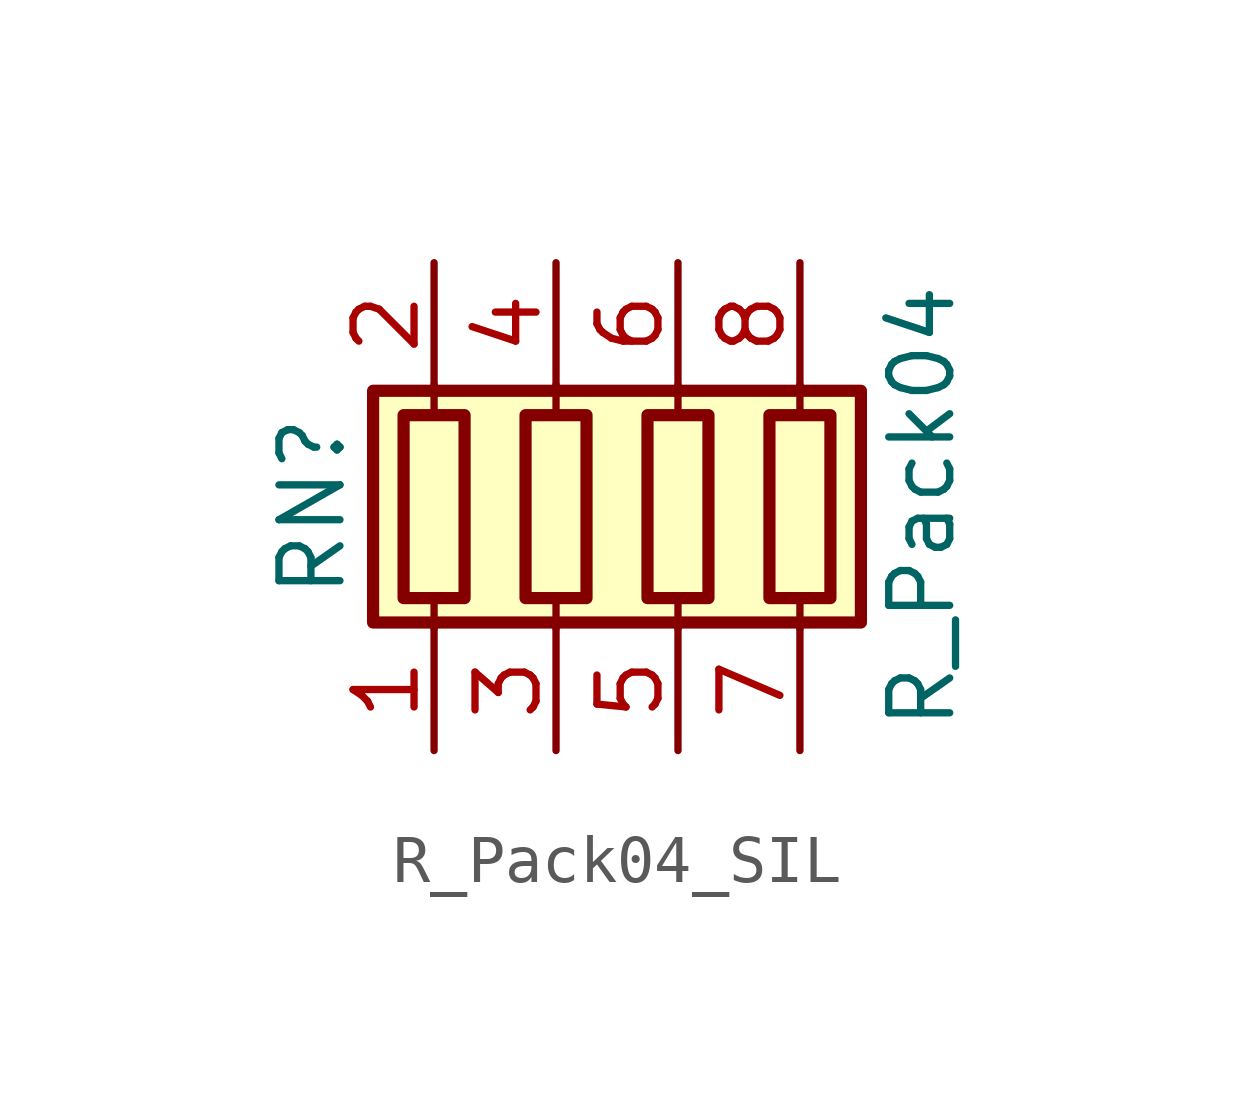
<source format=kicad_sym>
(kicad_symbol_lib
  (version 20220914)
  (generator kicad_symbol_editor)
  (symbol "R_Pack04_SIL"
    (pin_names
      (offset 0) hide)
    (property "Reference" "RN"
      (at -7.62 0 90)
      (effects (font (size 1.27 1.27))))
    (property "Value" "R_Pack04"
      (at 5.08 0 90)
      (effects (font (size 1.27 1.27))))
    (symbol "R_Pack04_SIL_0_1"
      (rectangle (start -6.35 -2.413) (end 3.81 2.413) (stroke (width 0.254) (type default)) (fill (type background)))
      (rectangle (start -5.715 1.905) (end -4.445 -1.905) (stroke (width 0.254) (type default)) (fill (type none)))
      (rectangle (start -3.175 1.905) (end -1.905 -1.905) (stroke (width 0.254) (type default)) (fill (type none)))
      (rectangle (start -0.635 1.905) (end 0.635 -1.905) (stroke (width 0.254) (type default)) (fill (type none)))
      (polyline (pts (xy -5.08 -2.54) (xy -5.08 -1.905)) (stroke (width 0) (type default)) (fill (type none)))
      (polyline (pts (xy -5.08 1.905) (xy -5.08 2.54)) (stroke (width 0) (type default)) (fill (type none)))
      (polyline (pts (xy -2.54 -2.54) (xy -2.54 -1.905)) (stroke (width 0) (type default)) (fill (type none)))
      (polyline (pts (xy -2.54 1.905) (xy -2.54 2.54)) (stroke (width 0) (type default)) (fill (type none)))
      (polyline (pts (xy 0 -2.54) (xy 0 -1.905)) (stroke (width 0) (type default)) (fill (type none)))
      (polyline (pts (xy 0 1.905) (xy 0 2.54)) (stroke (width 0) (type default)) (fill (type none)))
      (polyline (pts (xy 2.54 -2.54) (xy 2.54 -1.905)) (stroke (width 0) (type default)) (fill (type none)))
      (polyline (pts (xy 2.54 1.905) (xy 2.54 2.54)) (stroke (width 0) (type default)) (fill (type none)))
      (rectangle (start 1.905 1.905) (end 3.175 -1.905) (stroke (width 0.254) (type default)) (fill (type none))))
    (symbol "R_Pack04_SIL_1_1"
      (pin passive line (at -5.08 -5.08 90) (length 2.54) (name "R1.1" (effects (font (size 1.27 1.27)))) (number "1" (effects (font (size 1.27 1.27)))))
      (pin passive line (at -5.08 5.08 270) (length 2.54) (name "R1.2" (effects (font (size 1.27 1.27)))) (number "2" (effects (font (size 1.27 1.27)))))
      (pin passive line (at -2.54 -5.08 90) (length 2.54) (name "R2.1" (effects (font (size 1.27 1.27)))) (number "3" (effects (font (size 1.27 1.27)))))
      (pin passive line (at -2.54 5.08 270) (length 2.54) (name "R2.2" (effects (font (size 1.27 1.27)))) (number "4" (effects (font (size 1.27 1.27)))))
      (pin passive line (at 0 -5.08 90) (length 2.54) (name "R3.1" (effects (font (size 1.27 1.27)))) (number "5" (effects (font (size 1.27 1.27)))))
      (pin passive line (at 0 5.08 270) (length 2.54) (name "R3.2" (effects (font (size 1.27 1.27)))) (number "6" (effects (font (size 1.27 1.27)))))
      (pin passive line (at 2.54 -5.08 90) (length 2.54) (name "R4.1" (effects (font (size 1.27 1.27)))) (number "7" (effects (font (size 1.27 1.27)))))
      (pin passive line (at 2.54 5.08 270) (length 2.54) (name "R4.2" (effects (font (size 1.27 1.27)))) (number "8" (effects (font (size 1.27 1.27))))))))
</source>
